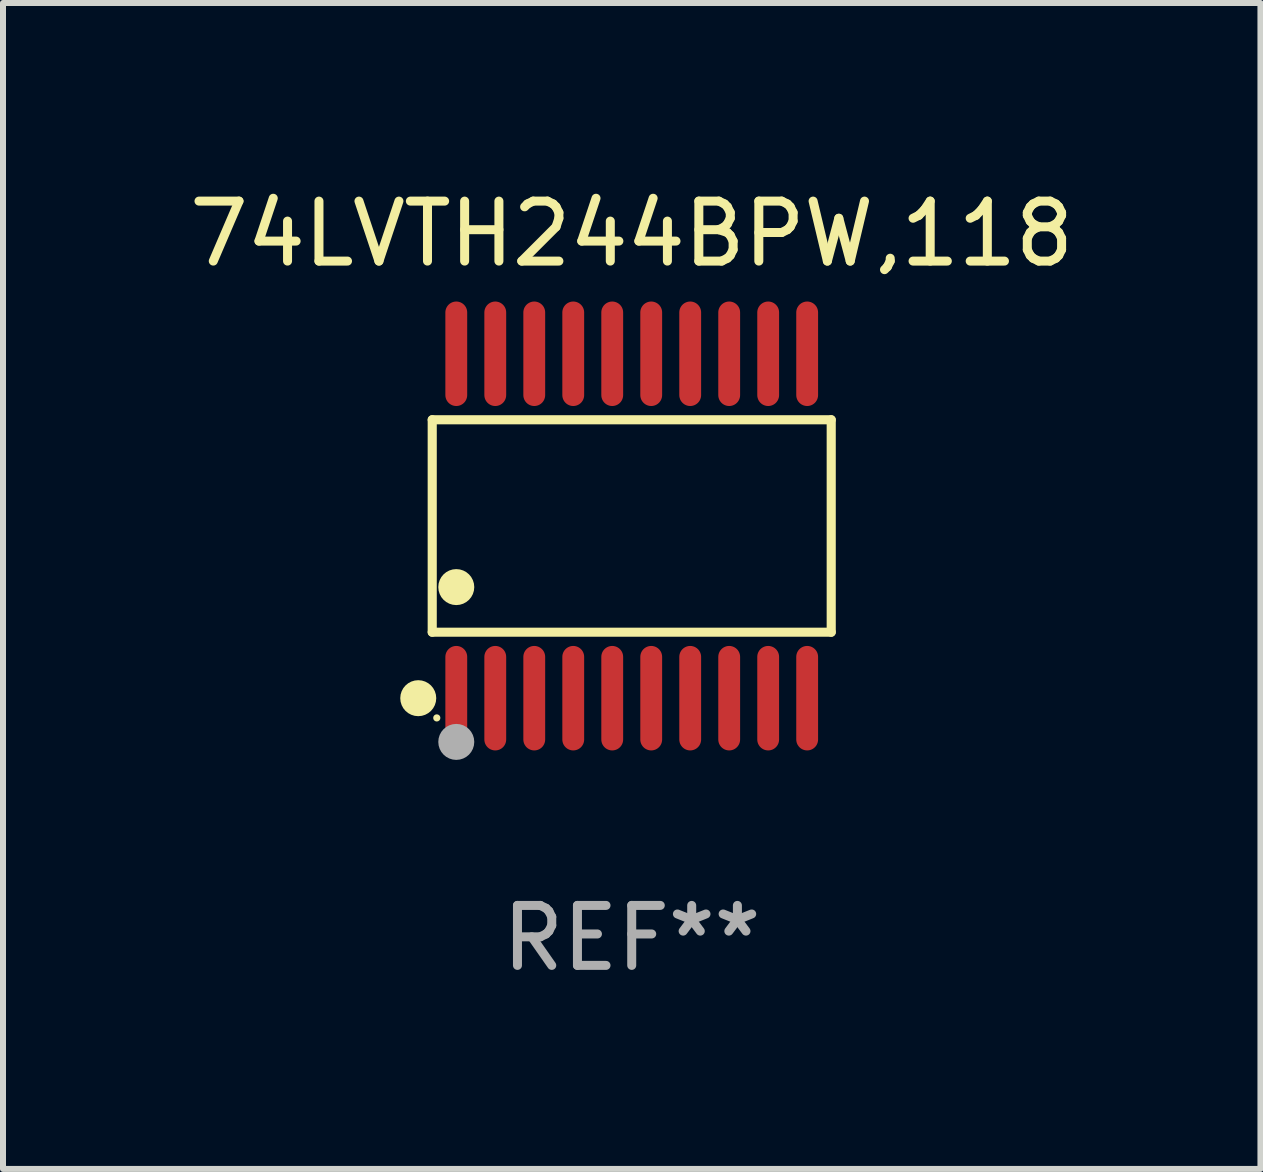
<source format=kicad_pcb>
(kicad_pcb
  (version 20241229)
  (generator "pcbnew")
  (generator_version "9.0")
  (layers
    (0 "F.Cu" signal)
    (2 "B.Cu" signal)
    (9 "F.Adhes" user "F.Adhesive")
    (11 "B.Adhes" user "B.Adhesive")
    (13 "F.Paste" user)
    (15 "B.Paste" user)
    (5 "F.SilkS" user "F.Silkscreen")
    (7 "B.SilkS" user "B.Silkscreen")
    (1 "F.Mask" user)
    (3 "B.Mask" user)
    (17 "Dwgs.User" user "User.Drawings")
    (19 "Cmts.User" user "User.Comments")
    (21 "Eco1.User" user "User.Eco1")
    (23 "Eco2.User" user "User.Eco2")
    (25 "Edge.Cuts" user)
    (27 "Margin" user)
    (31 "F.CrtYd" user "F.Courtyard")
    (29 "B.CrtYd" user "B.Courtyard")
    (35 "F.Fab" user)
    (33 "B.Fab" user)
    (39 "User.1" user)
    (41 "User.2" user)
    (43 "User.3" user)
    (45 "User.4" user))
  (footprint "74LVTH244BPW,118"
    (layer "F.Cu")
    (at 7.482 5.719)
    (property "Reference" "74LVTH244BPW,118" (at 0 -4.871 0) (layer "F.SilkS") (effects (font (size 1 1) (thickness 0.15))))
    (attr through_hole)
    (fp_line (start -3.326 -1.771) (end 3.326 -1.771) (stroke (width 0.152) (type solid)) (layer "F.SilkS"))
    (fp_line (start -3.326 1.771) (end -3.326 -1.771) (stroke (width 0.152) (type solid)) (layer "F.SilkS"))
    (fp_line (start 3.326 -1.771) (end 3.326 1.771) (stroke (width 0.152) (type solid)) (layer "F.SilkS"))
    (fp_line (start 3.326 1.771) (end -3.326 1.771) (stroke (width 0.152) (type solid)) (layer "F.SilkS"))
    (fp_circle (center -3.559 2.871) (end -3.409 2.871) (stroke (width 0.3) (type solid)) (fill no) (layer "F.SilkS"))
    (fp_circle (center -3.25 3.2) (end -3.22 3.2) (stroke (width 0.06) (type solid)) (fill no) (layer "F.SilkS"))
    (fp_circle (center -2.925 1.019) (end -2.775 1.019) (stroke (width 0.3) (type solid)) (fill no) (layer "F.SilkS"))
    (fp_circle (center -2.925 3.6) (end -2.775 3.6) (stroke (width 0.3) (type solid)) (fill no) (layer "F.Fab"))
    (fp_text user "REF**" (at 0 6.871 0) (layer "F.Fab") (effects (font (size 1 1) (thickness 0.15))))
    (pad "1" smd oval (at -2.925 2.871) (size 0.364 1.742) (layers "F.Cu" "F.Mask" "F.Paste"))
    (pad "2" smd oval (at -2.275 2.871) (size 0.364 1.742) (layers "F.Cu" "F.Mask" "F.Paste"))
    (pad "3" smd oval (at -1.625 2.871) (size 0.364 1.742) (layers "F.Cu" "F.Mask" "F.Paste"))
    (pad "4" smd oval (at -0.975 2.871) (size 0.364 1.742) (layers "F.Cu" "F.Mask" "F.Paste"))
    (pad "5" smd oval (at -0.325 2.871) (size 0.364 1.742) (layers "F.Cu" "F.Mask" "F.Paste"))
    (pad "6" smd oval (at 0.325 2.871) (size 0.364 1.742) (layers "F.Cu" "F.Mask" "F.Paste"))
    (pad "7" smd oval (at 0.975 2.871) (size 0.364 1.742) (layers "F.Cu" "F.Mask" "F.Paste"))
    (pad "8" smd oval (at 1.625 2.871) (size 0.364 1.742) (layers "F.Cu" "F.Mask" "F.Paste"))
    (pad "9" smd oval (at 2.275 2.871) (size 0.364 1.742) (layers "F.Cu" "F.Mask" "F.Paste"))
    (pad "10" smd oval (at 2.925 2.871) (size 0.364 1.742) (layers "F.Cu" "F.Mask" "F.Paste"))
    (pad "11" smd oval (at 2.925 -2.871) (size 0.364 1.742) (layers "F.Cu" "F.Mask" "F.Paste"))
    (pad "12" smd oval (at 2.275 -2.871) (size 0.364 1.742) (layers "F.Cu" "F.Mask" "F.Paste"))
    (pad "13" smd oval (at 1.625 -2.871) (size 0.364 1.742) (layers "F.Cu" "F.Mask" "F.Paste"))
    (pad "14" smd oval (at 0.975 -2.871) (size 0.364 1.742) (layers "F.Cu" "F.Mask" "F.Paste"))
    (pad "15" smd oval (at 0.325 -2.871) (size 0.364 1.742) (layers "F.Cu" "F.Mask" "F.Paste"))
    (pad "16" smd oval (at -0.325 -2.871) (size 0.364 1.742) (layers "F.Cu" "F.Mask" "F.Paste"))
    (pad "17" smd oval (at -0.975 -2.871) (size 0.364 1.742) (layers "F.Cu" "F.Mask" "F.Paste"))
    (pad "18" smd oval (at -1.625 -2.871) (size 0.364 1.742) (layers "F.Cu" "F.Mask" "F.Paste"))
    (pad "19" smd oval (at -2.275 -2.871) (size 0.364 1.742) (layers "F.Cu" "F.Mask" "F.Paste"))
    (pad "20" smd oval (at -2.925 -2.871) (size 0.364 1.742) (layers "F.Cu" "F.Mask" "F.Paste")))
  (gr_rect
    (start -3 -3)
    (end 17.964 16.438)
    (stroke (width 0.1) (type default))
    (fill no)
    (layer "Edge.Cuts")))
</source>
